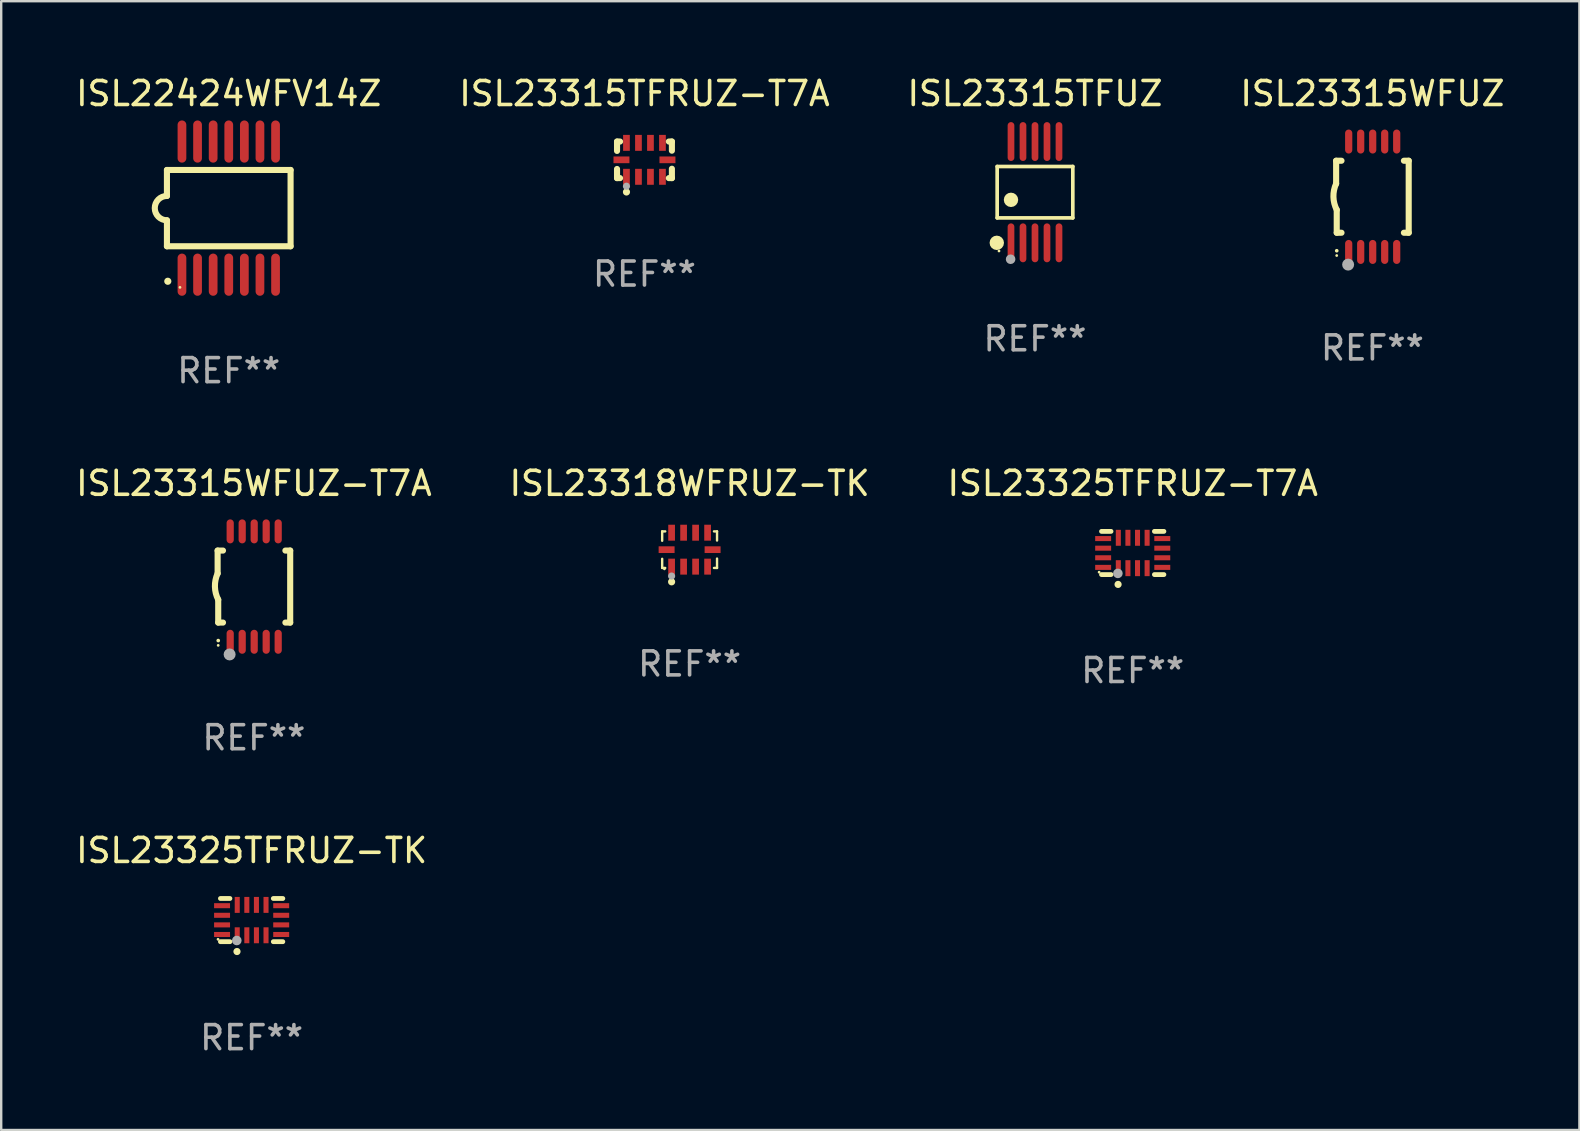
<source format=kicad_pcb>
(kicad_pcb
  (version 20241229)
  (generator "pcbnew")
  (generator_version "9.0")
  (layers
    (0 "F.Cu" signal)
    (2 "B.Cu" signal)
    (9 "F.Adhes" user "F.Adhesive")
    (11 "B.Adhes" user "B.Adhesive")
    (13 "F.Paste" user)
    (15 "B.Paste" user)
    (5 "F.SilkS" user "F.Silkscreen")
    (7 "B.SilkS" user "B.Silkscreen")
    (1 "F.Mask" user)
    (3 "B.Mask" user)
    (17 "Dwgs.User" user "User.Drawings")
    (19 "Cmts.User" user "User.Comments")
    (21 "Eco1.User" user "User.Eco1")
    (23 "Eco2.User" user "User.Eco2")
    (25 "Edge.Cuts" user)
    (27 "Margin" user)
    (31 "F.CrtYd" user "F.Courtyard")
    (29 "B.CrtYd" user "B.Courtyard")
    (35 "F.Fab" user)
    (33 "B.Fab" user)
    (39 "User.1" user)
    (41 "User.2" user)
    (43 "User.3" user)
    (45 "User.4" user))
  (footprint "ISL23325TFRUZ-T7A"
    (layer "F.Cu")
    (at 44.149 19.992)
    (property "Reference" "ISL23325TFRUZ-T7A" (at 0 -2.9 0) (layer "F.SilkS") (effects (font (size 1 1) (thickness 0.15))))
    (attr through_hole)
    (fp_line (start -0.904 -0.9) (end -1.3 -0.9) (stroke (width 0.2) (type solid)) (layer "F.SilkS"))
    (fp_line (start -0.904 0.9) (end -1.3 0.9) (stroke (width 0.2) (type solid)) (layer "F.SilkS"))
    (fp_line (start 1.3 -0.9) (end 0.904 -0.9) (stroke (width 0.2) (type solid)) (layer "F.SilkS"))
    (fp_line (start 1.3 0.9) (end 0.904 0.9) (stroke (width 0.2) (type solid)) (layer "F.SilkS"))
    (fp_circle (center -1.4 0.8) (end -1.37 0.8) (stroke (width 0.06) (type solid)) (fill no) (layer "F.SilkS"))
    (fp_circle (center -0.61 1.31) (end -0.535 1.31) (stroke (width 0.15) (type solid)) (fill no) (layer "F.SilkS"))
    (fp_circle (center -0.618 0.851) (end -0.518 0.851) (stroke (width 0.2) (type solid)) (fill no) (layer "F.Fab"))
    (fp_text user "REF**" (at 0 4.9 0) (layer "F.Fab") (effects (font (size 1 1) (thickness 0.15))))
    (pad "1" smd rect (at -0.6 0.633) (size 0.21 0.665) (layers "F.Cu" "F.Mask" "F.Paste"))
    (pad "2" smd rect (at -0.2 0.633) (size 0.21 0.665) (layers "F.Cu" "F.Mask" "F.Paste"))
    (pad "3" smd rect (at 0.2 0.633) (size 0.21 0.665) (layers "F.Cu" "F.Mask" "F.Paste"))
    (pad "4" smd rect (at 0.6 0.633) (size 0.21 0.665) (layers "F.Cu" "F.Mask" "F.Paste"))
    (pad "5" smd rect (at 1.232 0.6) (size 0.665 0.21) (layers "F.Cu" "F.Mask" "F.Paste"))
    (pad "6" smd rect (at 1.232 0.2) (size 0.665 0.21) (layers "F.Cu" "F.Mask" "F.Paste"))
    (pad "7" smd rect (at 1.232 -0.2) (size 0.665 0.21) (layers "F.Cu" "F.Mask" "F.Paste"))
    (pad "8" smd rect (at 1.232 -0.6) (size 0.665 0.21) (layers "F.Cu" "F.Mask" "F.Paste"))
    (pad "9" smd rect (at 0.6 -0.633) (size 0.21 0.665) (layers "F.Cu" "F.Mask" "F.Paste"))
    (pad "10" smd rect (at 0.2 -0.633) (size 0.21 0.665) (layers "F.Cu" "F.Mask" "F.Paste"))
    (pad "11" smd rect (at -0.2 -0.633) (size 0.21 0.665) (layers "F.Cu" "F.Mask" "F.Paste"))
    (pad "12" smd rect (at -0.6 -0.633) (size 0.21 0.665) (layers "F.Cu" "F.Mask" "F.Paste"))
    (pad "13" smd rect (at -1.232 -0.6) (size 0.665 0.21) (layers "F.Cu" "F.Mask" "F.Paste"))
    (pad "14" smd rect (at -1.232 -0.2) (size 0.665 0.21) (layers "F.Cu" "F.Mask" "F.Paste"))
    (pad "15" smd rect (at -1.232 0.2) (size 0.665 0.21) (layers "F.Cu" "F.Mask" "F.Paste"))
    (pad "16" smd rect (at -1.232 0.6) (size 0.665 0.21) (layers "F.Cu" "F.Mask" "F.Paste")))
  (footprint "ISL23325TFRUZ-TK"
    (layer "F.Cu")
    (at 7.435 35.289)
    (property "Reference" "ISL23325TFRUZ-TK" (at 0 -2.9 0) (layer "F.SilkS") (effects (font (size 1 1) (thickness 0.15))))
    (attr through_hole)
    (fp_line (start -0.904 -0.9) (end -1.3 -0.9) (stroke (width 0.2) (type solid)) (layer "F.SilkS"))
    (fp_line (start -0.904 0.9) (end -1.3 0.9) (stroke (width 0.2) (type solid)) (layer "F.SilkS"))
    (fp_line (start 1.3 -0.9) (end 0.904 -0.9) (stroke (width 0.2) (type solid)) (layer "F.SilkS"))
    (fp_line (start 1.3 0.9) (end 0.904 0.9) (stroke (width 0.2) (type solid)) (layer "F.SilkS"))
    (fp_circle (center -1.4 0.8) (end -1.37 0.8) (stroke (width 0.06) (type solid)) (fill no) (layer "F.SilkS"))
    (fp_circle (center -0.61 1.31) (end -0.535 1.31) (stroke (width 0.15) (type solid)) (fill no) (layer "F.SilkS"))
    (fp_circle (center -0.618 0.851) (end -0.518 0.851) (stroke (width 0.2) (type solid)) (fill no) (layer "F.Fab"))
    (fp_text user "REF**" (at 0 4.9 0) (layer "F.Fab") (effects (font (size 1 1) (thickness 0.15))))
    (pad "1" smd rect (at -0.6 0.633) (size 0.21 0.665) (layers "F.Cu" "F.Mask" "F.Paste"))
    (pad "2" smd rect (at -0.2 0.633) (size 0.21 0.665) (layers "F.Cu" "F.Mask" "F.Paste"))
    (pad "3" smd rect (at 0.2 0.633) (size 0.21 0.665) (layers "F.Cu" "F.Mask" "F.Paste"))
    (pad "4" smd rect (at 0.6 0.633) (size 0.21 0.665) (layers "F.Cu" "F.Mask" "F.Paste"))
    (pad "5" smd rect (at 1.232 0.6) (size 0.665 0.21) (layers "F.Cu" "F.Mask" "F.Paste"))
    (pad "6" smd rect (at 1.232 0.2) (size 0.665 0.21) (layers "F.Cu" "F.Mask" "F.Paste"))
    (pad "7" smd rect (at 1.232 -0.2) (size 0.665 0.21) (layers "F.Cu" "F.Mask" "F.Paste"))
    (pad "8" smd rect (at 1.232 -0.6) (size 0.665 0.21) (layers "F.Cu" "F.Mask" "F.Paste"))
    (pad "9" smd rect (at 0.6 -0.633) (size 0.21 0.665) (layers "F.Cu" "F.Mask" "F.Paste"))
    (pad "10" smd rect (at 0.2 -0.633) (size 0.21 0.665) (layers "F.Cu" "F.Mask" "F.Paste"))
    (pad "11" smd rect (at -0.2 -0.633) (size 0.21 0.665) (layers "F.Cu" "F.Mask" "F.Paste"))
    (pad "12" smd rect (at -0.6 -0.633) (size 0.21 0.665) (layers "F.Cu" "F.Mask" "F.Paste"))
    (pad "13" smd rect (at -1.232 -0.6) (size 0.665 0.21) (layers "F.Cu" "F.Mask" "F.Paste"))
    (pad "14" smd rect (at -1.232 -0.2) (size 0.665 0.21) (layers "F.Cu" "F.Mask" "F.Paste"))
    (pad "15" smd rect (at -1.232 0.2) (size 0.665 0.21) (layers "F.Cu" "F.Mask" "F.Paste"))
    (pad "16" smd rect (at -1.232 0.6) (size 0.665 0.21) (layers "F.Cu" "F.Mask" "F.Paste")))
  (footprint "ISL23315TFRUZ-T7A"
    (layer "F.Cu")
    (at 23.804 3.61)
    (property "Reference" "ISL23315TFRUZ-T7A" (at 0 -2.762 0) (layer "F.SilkS") (effects (font (size 1 1) (thickness 0.15))))
    (attr through_hole)
    (fp_line (start -1.143 -0.762) (end -1.143 -0.371) (stroke (width 0.254) (type solid)) (layer "F.SilkS"))
    (fp_line (start -1.143 -0.762) (end -1.016 -0.762) (stroke (width 0.254) (type solid)) (layer "F.SilkS"))
    (fp_line (start -1.143 0.762) (end -1.143 0.381) (stroke (width 0.254) (type solid)) (layer "F.SilkS"))
    (fp_line (start -1.143 0.762) (end -1.016 0.762) (stroke (width 0.254) (type solid)) (layer "F.SilkS"))
    (fp_line (start 1.143 -0.762) (end 1.016 -0.762) (stroke (width 0.254) (type solid)) (layer "F.SilkS"))
    (fp_line (start 1.143 -0.762) (end 1.143 -0.381) (stroke (width 0.254) (type solid)) (layer "F.SilkS"))
    (fp_line (start 1.143 0.762) (end 1.016 0.762) (stroke (width 0.254) (type solid)) (layer "F.SilkS"))
    (fp_line (start 1.143 0.762) (end 1.143 0.371) (stroke (width 0.254) (type solid)) (layer "F.SilkS"))
    (fp_circle (center -1.05 0.8) (end -1.02 0.8) (stroke (width 0.06) (type solid)) (fill no) (layer "F.SilkS"))
    (fp_circle (center -0.75 1.34) (end -0.675 1.34) (stroke (width 0.15) (type solid)) (fill no) (layer "F.SilkS"))
    (fp_circle (center -0.75 1.1) (end -0.675 1.1) (stroke (width 0.15) (type solid)) (fill no) (layer "F.Fab"))
    (fp_text user "REF**" (at 0 4.762 0) (layer "F.Fab") (effects (font (size 1 1) (thickness 0.15))))
    (pad "1" smd rect (at -0.75 0.707) (size 0.28 0.665) (layers "F.Cu" "F.Mask" "F.Paste"))
    (pad "2" smd rect (at -0.25 0.707) (size 0.28 0.665) (layers "F.Cu" "F.Mask" "F.Paste"))
    (pad "3" smd rect (at 0.25 0.707) (size 0.28 0.665) (layers "F.Cu" "F.Mask" "F.Paste"))
    (pad "4" smd rect (at 0.75 0.707) (size 0.28 0.665) (layers "F.Cu" "F.Mask" "F.Paste"))
    (pad "5" smd rect (at 0.958 -0.000013) (size 0.665 0.28) (layers "F.Cu" "F.Mask" "F.Paste"))
    (pad "6" smd rect (at 0.75 -0.707) (size 0.28 0.665) (layers "F.Cu" "F.Mask" "F.Paste"))
    (pad "7" smd rect (at 0.25 -0.707) (size 0.28 0.665) (layers "F.Cu" "F.Mask" "F.Paste"))
    (pad "8" smd rect (at -0.25 -0.707) (size 0.28 0.665) (layers "F.Cu" "F.Mask" "F.Paste"))
    (pad "9" smd rect (at -0.75 -0.707) (size 0.28 0.665) (layers "F.Cu" "F.Mask" "F.Paste"))
    (pad "10" smd rect (at -0.958 -0.000013) (size 0.665 0.28) (layers "F.Cu" "F.Mask" "F.Paste")))
  (footprint "ISL23315WFUZ-T7A"
    (layer "F.Cu")
    (at 7.53 21.392)
    (property "Reference" "ISL23315WFUZ-T7A" (at 0 -4.3 0) (layer "F.SilkS") (effects (font (size 1 1) (thickness 0.15))))
    (attr through_hole)
    (fp_line (start -1.512 -1.5) (end -1.512 -0.546) (stroke (width 0.254) (type solid)) (layer "F.SilkS"))
    (fp_line (start -1.487 0.546) (end -1.487 1.5) (stroke (width 0.254) (type solid)) (layer "F.SilkS"))
    (fp_line (start -1.288 -1.5) (end -1.512 -1.5) (stroke (width 0.254) (type solid)) (layer "F.SilkS"))
    (fp_line (start -1.288 1.5) (end -1.487 1.5) (stroke (width 0.254) (type solid)) (layer "F.SilkS"))
    (fp_line (start 1.512 -1.5) (end 1.312 -1.5) (stroke (width 0.254) (type solid)) (layer "F.SilkS"))
    (fp_line (start 1.512 -1.5) (end 1.512 1.5) (stroke (width 0.254) (type solid)) (layer "F.SilkS"))
    (fp_line (start 1.512 1.5) (end 1.312 1.5) (stroke (width 0.254) (type solid)) (layer "F.SilkS"))
    (fp_arc (start -1.487998 2.250013) (mid -1.486728 2.250007) (end -1.485458 2.250013) (stroke (width 0.150013) (type solid)) (layer "F.SilkS"))
    (fp_arc (start -1.486602 0.546102) (mid -1.624196 0.002905) (end -1.512002 -0.546101) (stroke (width 0.254001) (type solid)) (layer "F.SilkS"))
    (fp_circle (center -1.488 2.45) (end -1.458 2.45) (stroke (width 0.06) (type solid)) (fill no) (layer "F.SilkS"))
    (fp_circle (center -1.012 2.828) (end -0.887 2.828) (stroke (width 0.25) (type solid)) (fill no) (layer "F.Fab"))
    (fp_text user "REF**" (at 0 6.3 0) (layer "F.Fab") (effects (font (size 1 1) (thickness 0.15))))
    (pad "1" smd oval (at -0.988 2.3) (size 0.3 1) (layers "F.Cu" "F.Mask" "F.Paste"))
    (pad "2" smd oval (at -0.488 2.3) (size 0.3 1) (layers "F.Cu" "F.Mask" "F.Paste"))
    (pad "3" smd oval (at 0.012 2.3) (size 0.3 1) (layers "F.Cu" "F.Mask" "F.Paste"))
    (pad "4" smd oval (at 0.512 2.3) (size 0.3 1) (layers "F.Cu" "F.Mask" "F.Paste"))
    (pad "5" smd oval (at 1.012 2.3) (size 0.3 1) (layers "F.Cu" "F.Mask" "F.Paste"))
    (pad "6" smd oval (at 1.012 -2.3) (size 0.3 1) (layers "F.Cu" "F.Mask" "F.Paste"))
    (pad "7" smd oval (at 0.512 -2.3) (size 0.3 1) (layers "F.Cu" "F.Mask" "F.Paste"))
    (pad "8" smd oval (at 0.012 -2.3) (size 0.3 1) (layers "F.Cu" "F.Mask" "F.Paste"))
    (pad "9" smd oval (at -0.488 -2.3) (size 0.3 1) (layers "F.Cu" "F.Mask" "F.Paste"))
    (pad "10" smd oval (at -0.988 -2.3) (size 0.3 1) (layers "F.Cu" "F.Mask" "F.Paste")))
  (footprint "ISL23315TFUZ"
    (layer "F.Cu")
    (at 40.077 4.958)
    (property "Reference" "ISL23315TFUZ" (at 0 -4.11 0) (layer "F.SilkS") (effects (font (size 1 1) (thickness 0.15))))
    (attr through_hole)
    (fp_line (start -1.576 -1.071) (end 1.576 -1.071) (stroke (width 0.152) (type solid)) (layer "F.SilkS"))
    (fp_line (start -1.576 1.071) (end -1.576 -1.071) (stroke (width 0.152) (type solid)) (layer "F.SilkS"))
    (fp_line (start 1.576 -1.071) (end 1.576 1.071) (stroke (width 0.152) (type solid)) (layer "F.SilkS"))
    (fp_line (start 1.576 1.071) (end -1.576 1.071) (stroke (width 0.152) (type solid)) (layer "F.SilkS"))
    (fp_circle (center -1.592 2.11) (end -1.442 2.11) (stroke (width 0.3) (type solid)) (fill no) (layer "F.SilkS"))
    (fp_circle (center -1.5 2.45) (end -1.47 2.45) (stroke (width 0.06) (type solid)) (fill no) (layer "F.SilkS"))
    (fp_circle (center -1 0.319) (end -0.85 0.319) (stroke (width 0.3) (type solid)) (fill no) (layer "F.SilkS"))
    (fp_circle (center -1.016 2.794) (end -0.916 2.794) (stroke (width 0.2) (type solid)) (fill no) (layer "F.Fab"))
    (fp_text user "REF**" (at 0 6.11 0) (layer "F.Fab") (effects (font (size 1 1) (thickness 0.15))))
    (pad "1" smd oval (at -1 2.11) (size 0.28 1.62) (layers "F.Cu" "F.Mask" "F.Paste"))
    (pad "2" smd oval (at -0.5 2.11) (size 0.28 1.62) (layers "F.Cu" "F.Mask" "F.Paste"))
    (pad "3" smd oval (at 0 2.11) (size 0.28 1.62) (layers "F.Cu" "F.Mask" "F.Paste"))
    (pad "4" smd oval (at 0.5 2.11) (size 0.28 1.62) (layers "F.Cu" "F.Mask" "F.Paste"))
    (pad "5" smd oval (at 1 2.11) (size 0.28 1.62) (layers "F.Cu" "F.Mask" "F.Paste"))
    (pad "6" smd oval (at 1 -2.11) (size 0.28 1.62) (layers "F.Cu" "F.Mask" "F.Paste"))
    (pad "7" smd oval (at 0.5 -2.11) (size 0.28 1.62) (layers "F.Cu" "F.Mask" "F.Paste"))
    (pad "8" smd oval (at 0 -2.11) (size 0.28 1.62) (layers "F.Cu" "F.Mask" "F.Paste"))
    (pad "9" smd oval (at -0.5 -2.11) (size 0.28 1.62) (layers "F.Cu" "F.Mask" "F.Paste"))
    (pad "10" smd oval (at -1 -2.11) (size 0.28 1.62) (layers "F.Cu" "F.Mask" "F.Paste")))
  (footprint "ISL23318WFRUZ-TK"
    (layer "F.Cu")
    (at 25.685 19.854)
    (property "Reference" "ISL23318WFRUZ-TK" (at 0 -2.762 0) (layer "F.SilkS") (effects (font (size 1 1) (thickness 0.15))))
    (attr through_hole)
    (fp_line (start -1.143 -0.762) (end -1.143 -0.371) (stroke (width 0.1) (type solid)) (layer "F.SilkS"))
    (fp_line (start -1.143 -0.762) (end -1.016 -0.762) (stroke (width 0.1) (type solid)) (layer "F.SilkS"))
    (fp_line (start -1.143 0.762) (end -1.143 0.381) (stroke (width 0.1) (type solid)) (layer "F.SilkS"))
    (fp_line (start -1.143 0.762) (end -1.016 0.762) (stroke (width 0.1) (type solid)) (layer "F.SilkS"))
    (fp_line (start 1.143 -0.762) (end 1.016 -0.762) (stroke (width 0.1) (type solid)) (layer "F.SilkS"))
    (fp_line (start 1.143 -0.762) (end 1.143 -0.381) (stroke (width 0.1) (type solid)) (layer "F.SilkS"))
    (fp_line (start 1.143 0.762) (end 1.016 0.762) (stroke (width 0.1) (type solid)) (layer "F.SilkS"))
    (fp_line (start 1.143 0.762) (end 1.143 0.371) (stroke (width 0.1) (type solid)) (layer "F.SilkS"))
    (fp_circle (center -1.05 0.8) (end -1.02 0.8) (stroke (width 0.06) (type solid)) (fill no) (layer "F.SilkS"))
    (fp_circle (center -0.75 1.34) (end -0.675 1.34) (stroke (width 0.15) (type solid)) (fill no) (layer "F.SilkS"))
    (fp_circle (center -0.75 1.1) (end -0.675 1.1) (stroke (width 0.15) (type solid)) (fill no) (layer "F.Fab"))
    (fp_text user "REF**" (at 0 4.762 0) (layer "F.Fab") (effects (font (size 1 1) (thickness 0.15))))
    (pad "1" smd rect (at -0.75 0.707) (size 0.28 0.665) (layers "F.Cu" "F.Mask" "F.Paste"))
    (pad "2" smd rect (at -0.25 0.707) (size 0.28 0.665) (layers "F.Cu" "F.Mask" "F.Paste"))
    (pad "3" smd rect (at 0.25 0.707) (size 0.28 0.665) (layers "F.Cu" "F.Mask" "F.Paste"))
    (pad "4" smd rect (at 0.75 0.707) (size 0.28 0.665) (layers "F.Cu" "F.Mask" "F.Paste"))
    (pad "5" smd rect (at 0.958 -0.000013) (size 0.665 0.28) (layers "F.Cu" "F.Mask" "F.Paste"))
    (pad "6" smd rect (at 0.75 -0.707) (size 0.28 0.665) (layers "F.Cu" "F.Mask" "F.Paste"))
    (pad "7" smd rect (at 0.25 -0.707) (size 0.28 0.665) (layers "F.Cu" "F.Mask" "F.Paste"))
    (pad "8" smd rect (at -0.25 -0.707) (size 0.28 0.665) (layers "F.Cu" "F.Mask" "F.Paste"))
    (pad "9" smd rect (at -0.75 -0.707) (size 0.28 0.665) (layers "F.Cu" "F.Mask" "F.Paste"))
    (pad "10" smd rect (at -0.958 -0.000013) (size 0.665 0.28) (layers "F.Cu" "F.Mask" "F.Paste")))
  (footprint "ISL23315WFUZ"
    (layer "F.Cu")
    (at 54.137 5.148)
    (property "Reference" "ISL23315WFUZ" (at 0 -4.3 0) (layer "F.SilkS") (effects (font (size 1 1) (thickness 0.15))))
    (attr through_hole)
    (fp_line (start -1.512 -1.5) (end -1.512 -0.546) (stroke (width 0.254) (type solid)) (layer "F.SilkS"))
    (fp_line (start -1.487 0.546) (end -1.487 1.5) (stroke (width 0.254) (type solid)) (layer "F.SilkS"))
    (fp_line (start -1.288 -1.5) (end -1.512 -1.5) (stroke (width 0.254) (type solid)) (layer "F.SilkS"))
    (fp_line (start -1.288 1.5) (end -1.487 1.5) (stroke (width 0.254) (type solid)) (layer "F.SilkS"))
    (fp_line (start 1.512 -1.5) (end 1.312 -1.5) (stroke (width 0.254) (type solid)) (layer "F.SilkS"))
    (fp_line (start 1.512 -1.5) (end 1.512 1.5) (stroke (width 0.254) (type solid)) (layer "F.SilkS"))
    (fp_line (start 1.512 1.5) (end 1.312 1.5) (stroke (width 0.254) (type solid)) (layer "F.SilkS"))
    (fp_arc (start -1.487998 2.250013) (mid -1.486728 2.250007) (end -1.485458 2.250013) (stroke (width 0.150013) (type solid)) (layer "F.SilkS"))
    (fp_arc (start -1.486602 0.546102) (mid -1.624196 0.002905) (end -1.512002 -0.546101) (stroke (width 0.254001) (type solid)) (layer "F.SilkS"))
    (fp_circle (center -1.488 2.45) (end -1.458 2.45) (stroke (width 0.06) (type solid)) (fill no) (layer "F.SilkS"))
    (fp_circle (center -1.012 2.828) (end -0.887 2.828) (stroke (width 0.25) (type solid)) (fill no) (layer "F.Fab"))
    (fp_text user "REF**" (at 0 6.3 0) (layer "F.Fab") (effects (font (size 1 1) (thickness 0.15))))
    (pad "1" smd oval (at -0.988 2.3) (size 0.3 1) (layers "F.Cu" "F.Mask" "F.Paste"))
    (pad "2" smd oval (at -0.488 2.3) (size 0.3 1) (layers "F.Cu" "F.Mask" "F.Paste"))
    (pad "3" smd oval (at 0.012 2.3) (size 0.3 1) (layers "F.Cu" "F.Mask" "F.Paste"))
    (pad "4" smd oval (at 0.512 2.3) (size 0.3 1) (layers "F.Cu" "F.Mask" "F.Paste"))
    (pad "5" smd oval (at 1.012 2.3) (size 0.3 1) (layers "F.Cu" "F.Mask" "F.Paste"))
    (pad "6" smd oval (at 1.012 -2.3) (size 0.3 1) (layers "F.Cu" "F.Mask" "F.Paste"))
    (pad "7" smd oval (at 0.512 -2.3) (size 0.3 1) (layers "F.Cu" "F.Mask" "F.Paste"))
    (pad "8" smd oval (at 0.012 -2.3) (size 0.3 1) (layers "F.Cu" "F.Mask" "F.Paste"))
    (pad "9" smd oval (at -0.488 -2.3) (size 0.3 1) (layers "F.Cu" "F.Mask" "F.Paste"))
    (pad "10" smd oval (at -0.988 -2.3) (size 0.3 1) (layers "F.Cu" "F.Mask" "F.Paste")))
  (footprint "ISL22424WFV14Z"
    (layer "F.Cu")
    (at 6.482 5.622)
    (property "Reference" "ISL22424WFV14Z" (at 0 -4.774 0) (layer "F.SilkS") (effects (font (size 1 1) (thickness 0.15))))
    (attr through_hole)
    (fp_line (start -2.576 -1.59) (end -2.576 -0.508) (stroke (width 0.254) (type solid)) (layer "F.SilkS"))
    (fp_line (start -2.576 -1.59) (end 2.576 -1.59) (stroke (width 0.254) (type solid)) (layer "F.SilkS"))
    (fp_line (start -2.576 1.59) (end -2.576 0.508) (stroke (width 0.254) (type solid)) (layer "F.SilkS"))
    (fp_line (start 2.576 -1.59) (end 2.576 1.59) (stroke (width 0.254) (type solid)) (layer "F.SilkS"))
    (fp_line (start 2.576 1.59) (end -2.576 1.59) (stroke (width 0.254) (type solid)) (layer "F.SilkS"))
    (fp_arc (start -2.576099 0.506706) (mid -3.081511 0) (end -2.576098 -0.506706) (stroke (width 0.254001) (type solid)) (layer "F.SilkS"))
    (fp_circle (center -2.54 3.048) (end -2.465 3.048) (stroke (width 0.15) (type solid)) (fill no) (layer "F.SilkS"))
    (fp_circle (center -2.032 3.302) (end -2.002 3.302) (stroke (width 0.06) (type solid)) (fill no) (layer "F.SilkS"))
    (fp_text user "REF**" (at 0 6.774 0) (layer "F.Fab") (effects (font (size 1 1) (thickness 0.15))))
    (pad "1" smd oval (at -1.95 2.774) (size 0.364 1.758) (layers "F.Cu" "F.Mask" "F.Paste"))
    (pad "2" smd oval (at -1.3 2.774) (size 0.364 1.758) (layers "F.Cu" "F.Mask" "F.Paste"))
    (pad "3" smd oval (at -0.65 2.774) (size 0.364 1.758) (layers "F.Cu" "F.Mask" "F.Paste"))
    (pad "4" smd oval (at 0 2.774) (size 0.364 1.758) (layers "F.Cu" "F.Mask" "F.Paste"))
    (pad "5" smd oval (at 0.65 2.774) (size 0.364 1.758) (layers "F.Cu" "F.Mask" "F.Paste"))
    (pad "6" smd oval (at 1.3 2.774) (size 0.364 1.758) (layers "F.Cu" "F.Mask" "F.Paste"))
    (pad "7" smd oval (at 1.95 2.774) (size 0.364 1.758) (layers "F.Cu" "F.Mask" "F.Paste"))
    (pad "8" smd oval (at 1.95 -2.774) (size 0.364 1.758) (layers "F.Cu" "F.Mask" "F.Paste"))
    (pad "9" smd oval (at 1.3 -2.774) (size 0.364 1.758) (layers "F.Cu" "F.Mask" "F.Paste"))
    (pad "10" smd oval (at 0.65 -2.774) (size 0.364 1.758) (layers "F.Cu" "F.Mask" "F.Paste"))
    (pad "11" smd oval (at 0 -2.774) (size 0.364 1.758) (layers "F.Cu" "F.Mask" "F.Paste"))
    (pad "12" smd oval (at -0.65 -2.774) (size 0.364 1.758) (layers "F.Cu" "F.Mask" "F.Paste"))
    (pad "13" smd oval (at -1.3 -2.774) (size 0.364 1.758) (layers "F.Cu" "F.Mask" "F.Paste"))
    (pad "14" smd oval (at -1.95 -2.774) (size 0.364 1.758) (layers "F.Cu" "F.Mask" "F.Paste")))
  (gr_rect
    (start -3 -3)
    (end 62.762 44.037)
    (stroke (width 0.1) (type default))
    (fill no)
    (layer "Edge.Cuts")))
</source>
